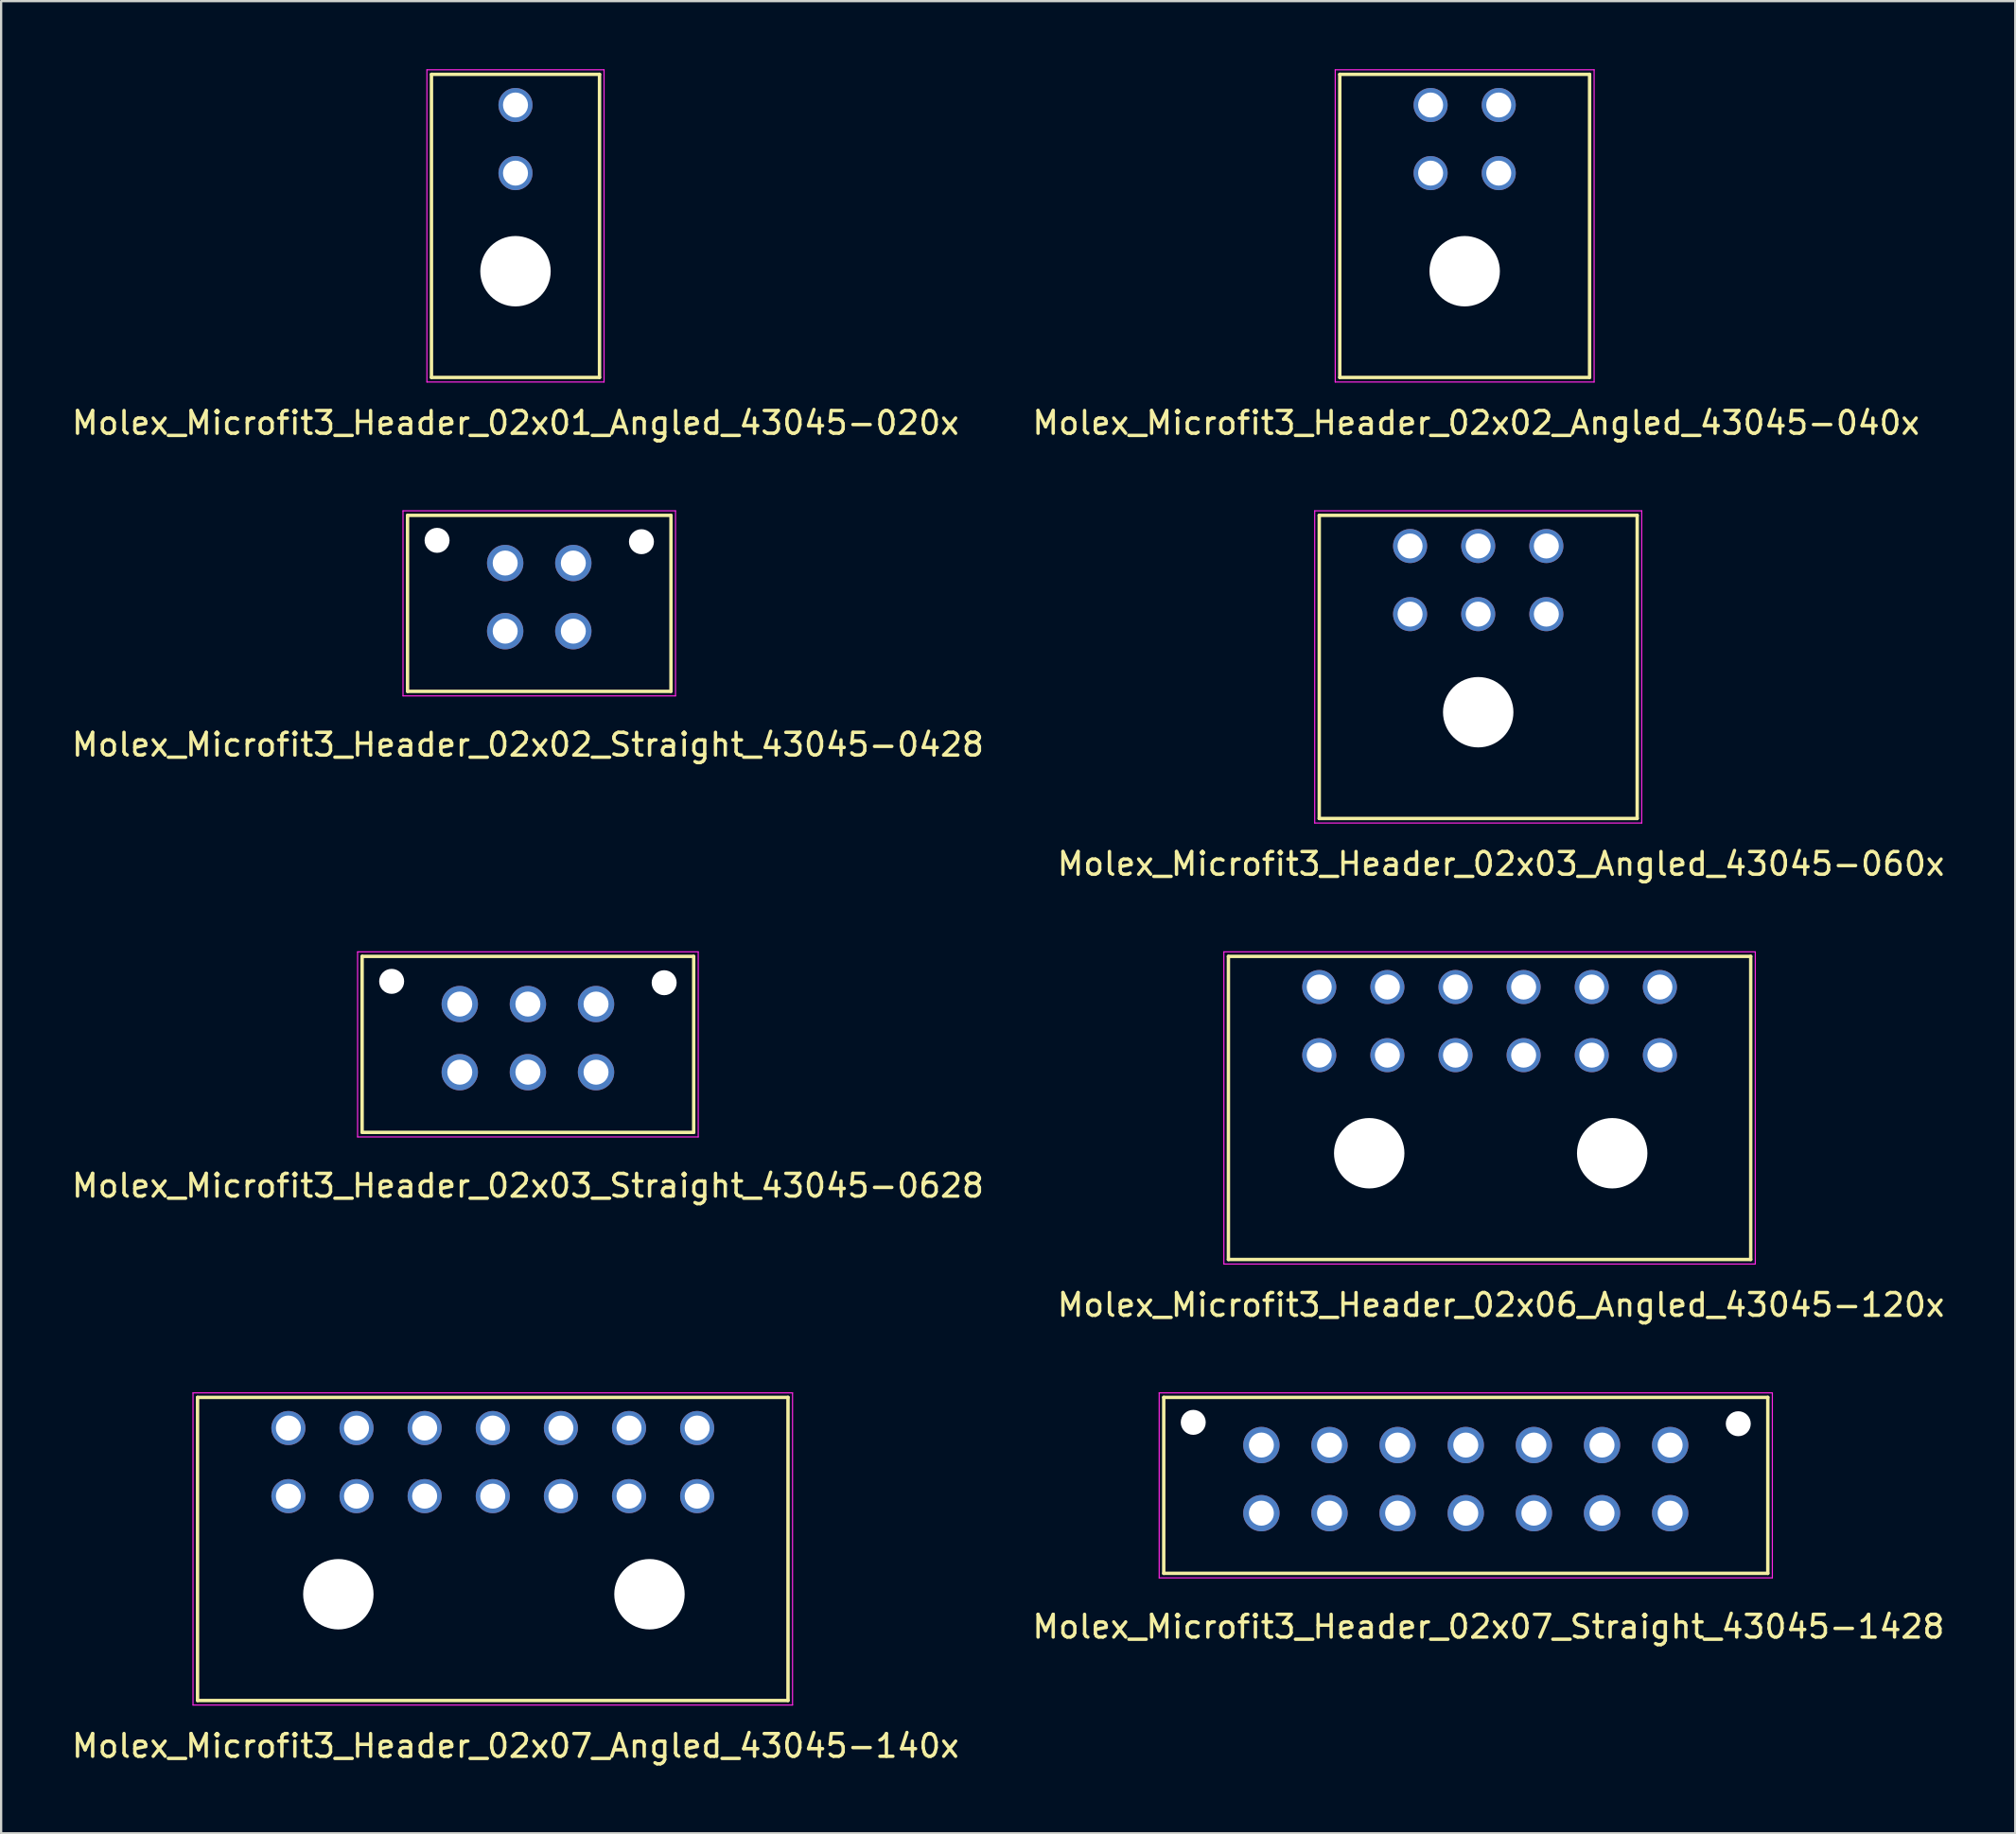
<source format=kicad_pcb>
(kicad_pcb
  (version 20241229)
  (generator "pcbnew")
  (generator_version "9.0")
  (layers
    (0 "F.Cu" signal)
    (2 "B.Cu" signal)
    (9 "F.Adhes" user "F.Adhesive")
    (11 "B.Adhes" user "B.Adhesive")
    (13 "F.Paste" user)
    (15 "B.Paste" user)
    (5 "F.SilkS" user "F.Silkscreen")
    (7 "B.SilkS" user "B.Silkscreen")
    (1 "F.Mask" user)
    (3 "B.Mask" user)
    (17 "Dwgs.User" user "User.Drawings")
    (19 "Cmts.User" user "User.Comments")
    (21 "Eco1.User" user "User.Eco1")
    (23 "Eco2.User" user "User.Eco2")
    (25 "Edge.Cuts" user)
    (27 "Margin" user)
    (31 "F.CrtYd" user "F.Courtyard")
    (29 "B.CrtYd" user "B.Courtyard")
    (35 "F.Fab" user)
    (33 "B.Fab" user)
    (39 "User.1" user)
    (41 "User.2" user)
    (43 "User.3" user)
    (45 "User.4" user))
  (footprint "Molex_Microfit3_Header_02x03_Angled_43045-060x"
    (layer "F.Cu")
    (at 65.042 23.998)
    (property "Reference" "Molex_Microfit3_Header_02x03_Angled_43045-060x" (at -2 11 0) (layer "F.SilkS") (effects (font (size 1 1) (thickness 0.15))))
    (attr through_hole)
    (fp_line (start -10 -4.35) (end 4 -4.35) (stroke (width 0.15) (type solid)) (layer "F.SilkS"))
    (fp_line (start -10 9) (end -10 -4.35) (stroke (width 0.15) (type solid)) (layer "F.SilkS"))
    (fp_line (start 4 -4.35) (end 4 9) (stroke (width 0.15) (type solid)) (layer "F.SilkS"))
    (fp_line (start 4 9) (end -10 9) (stroke (width 0.15) (type solid)) (layer "F.SilkS"))
    (fp_line (start -10.2 -4.55) (end -10.2 9.2) (stroke (width 0.05) (type solid)) (layer "F.CrtYd"))
    (fp_line (start -10.2 9.2) (end 4.2 9.2) (stroke (width 0.05) (type solid)) (layer "F.CrtYd"))
    (fp_line (start 4.2 -4.55) (end -10.2 -4.55) (stroke (width 0.05) (type solid)) (layer "F.CrtYd"))
    (fp_line (start 4.2 9.2) (end 4.2 -4.55) (stroke (width 0.05) (type solid)) (layer "F.CrtYd"))
    (pad "" np_thru_hole circle (at -3 4.32) (size 3.1 3.1) (drill 3.1) (layers "*.Cu" "*.Mask"))
    (pad "1" thru_hole circle (at 0 0) (size 1.5 1.5) (drill 1.1) (layers "*.Cu" "*.Mask"))
    (pad "2" thru_hole circle (at -3 0) (size 1.5 1.5) (drill 1.1) (layers "*.Cu" "*.Mask"))
    (pad "3" thru_hole circle (at -6 0) (size 1.5 1.5) (drill 1.1) (layers "*.Cu" "*.Mask"))
    (pad "4" thru_hole circle (at 0 -3) (size 1.5 1.5) (drill 1.1) (layers "*.Cu" "*.Mask"))
    (pad "5" thru_hole circle (at -3 -3) (size 1.5 1.5) (drill 1.1) (layers "*.Cu" "*.Mask"))
    (pad "6" thru_hole circle (at -6 -3) (size 1.5 1.5) (drill 1.1) (layers "*.Cu" "*.Mask")))
  (footprint "Molex_Microfit3_Header_02x02_Straight_43045-0428"
    (layer "F.Cu")
    (at 22.196 24.748)
    (property "Reference" "Molex_Microfit3_Header_02x02_Straight_43045-0428" (at -2 5 0) (layer "F.SilkS") (effects (font (size 1 1) (thickness 0.15))))
    (attr through_hole)
    (fp_line (start -7.3 2.65) (end -7.3 -5.1) (stroke (width 0.15) (type solid)) (layer "F.SilkS"))
    (fp_line (start 4.3 -5.1) (end -7.3 -5.1) (stroke (width 0.15) (type solid)) (layer "F.SilkS"))
    (fp_line (start 4.3 2.65) (end -7.3 2.65) (stroke (width 0.15) (type solid)) (layer "F.SilkS"))
    (fp_line (start 4.3 2.65) (end 4.3 -5.1) (stroke (width 0.15) (type solid)) (layer "F.SilkS"))
    (fp_line (start -7.5 2.85) (end -7.5 -5.3) (stroke (width 0.05) (type solid)) (layer "F.CrtYd"))
    (fp_line (start 4.5 -5.3) (end -7.5 -5.3) (stroke (width 0.05) (type solid)) (layer "F.CrtYd"))
    (fp_line (start 4.5 2.85) (end -7.5 2.85) (stroke (width 0.05) (type solid)) (layer "F.CrtYd"))
    (fp_line (start 4.5 2.85) (end 4.5 -5.3) (stroke (width 0.05) (type solid)) (layer "F.CrtYd"))
    (pad "" np_thru_hole circle (at -6 -4) (size 1.1 1.1) (drill 1.1) (layers "*.Cu" "*.Mask"))
    (pad "" np_thru_hole circle (at 3 -3.94) (size 1.1 1.1) (drill 1.1) (layers "*.Cu" "*.Mask"))
    (pad "1" thru_hole circle (at 0 0) (size 1.6 1.6) (drill 1.1) (layers "*.Cu" "*.Mask"))
    (pad "2" thru_hole circle (at -3 0) (size 1.6 1.6) (drill 1.1) (layers "*.Cu" "*.Mask"))
    (pad "3" thru_hole circle (at 0 -3) (size 1.6 1.6) (drill 1.1) (layers "*.Cu" "*.Mask"))
    (pad "4" thru_hole circle (at -3 -3) (size 1.6 1.6) (drill 1.1) (layers "*.Cu" "*.Mask")))
  (footprint "Molex_Microfit3_Header_02x06_Angled_43045-120x"
    (layer "F.Cu")
    (at 70.042 43.422)
    (property "Reference" "Molex_Microfit3_Header_02x06_Angled_43045-120x" (at -7 11 0) (layer "F.SilkS") (effects (font (size 1 1) (thickness 0.15))))
    (attr through_hole)
    (fp_line (start -19 -4.35) (end 4 -4.35) (stroke (width 0.15) (type solid)) (layer "F.SilkS"))
    (fp_line (start -19 9) (end -19 -4.35) (stroke (width 0.15) (type solid)) (layer "F.SilkS"))
    (fp_line (start 4 -4.35) (end 4 9) (stroke (width 0.15) (type solid)) (layer "F.SilkS"))
    (fp_line (start 4 9) (end -19 9) (stroke (width 0.15) (type solid)) (layer "F.SilkS"))
    (fp_line (start -19.2 -4.55) (end -19.2 9.2) (stroke (width 0.05) (type solid)) (layer "F.CrtYd"))
    (fp_line (start -19.2 9.2) (end 4.2 9.2) (stroke (width 0.05) (type solid)) (layer "F.CrtYd"))
    (fp_line (start 4.2 -4.55) (end -19.2 -4.55) (stroke (width 0.05) (type solid)) (layer "F.CrtYd"))
    (fp_line (start 4.2 9.2) (end 4.2 -4.55) (stroke (width 0.05) (type solid)) (layer "F.CrtYd"))
    (pad "" np_thru_hole circle (at -12.8 4.32) (size 3.1 3.1) (drill 3.1) (layers "*.Cu" "*.Mask"))
    (pad "" np_thru_hole circle (at -2.1 4.32) (size 3.1 3.1) (drill 3.1) (layers "*.Cu" "*.Mask"))
    (pad "1" thru_hole circle (at 0 0) (size 1.5 1.5) (drill 1.1) (layers "*.Cu" "*.Mask"))
    (pad "2" thru_hole circle (at -3 0) (size 1.5 1.5) (drill 1.1) (layers "*.Cu" "*.Mask"))
    (pad "3" thru_hole circle (at -6 0) (size 1.5 1.5) (drill 1.1) (layers "*.Cu" "*.Mask"))
    (pad "4" thru_hole circle (at -9 0) (size 1.5 1.5) (drill 1.1) (layers "*.Cu" "*.Mask"))
    (pad "5" thru_hole circle (at -12 0) (size 1.5 1.5) (drill 1.1) (layers "*.Cu" "*.Mask"))
    (pad "6" thru_hole circle (at -15 0) (size 1.5 1.5) (drill 1.1) (layers "*.Cu" "*.Mask"))
    (pad "7" thru_hole circle (at 0 -3) (size 1.5 1.5) (drill 1.1) (layers "*.Cu" "*.Mask"))
    (pad "8" thru_hole circle (at -3 -3) (size 1.5 1.5) (drill 1.1) (layers "*.Cu" "*.Mask"))
    (pad "9" thru_hole circle (at -6 -3) (size 1.5 1.5) (drill 1.1) (layers "*.Cu" "*.Mask"))
    (pad "10" thru_hole circle (at -9 -3) (size 1.5 1.5) (drill 1.1) (layers "*.Cu" "*.Mask"))
    (pad "11" thru_hole circle (at -12 -3) (size 1.5 1.5) (drill 1.1) (layers "*.Cu" "*.Mask"))
    (pad "12" thru_hole circle (at -15 -3) (size 1.5 1.5) (drill 1.1) (layers "*.Cu" "*.Mask")))
  (footprint "Molex_Microfit3_Header_02x02_Angled_43045-040x"
    (layer "F.Cu")
    (at 62.946 4.575)
    (property "Reference" "Molex_Microfit3_Header_02x02_Angled_43045-040x" (at -1 11 0) (layer "F.SilkS") (effects (font (size 1 1) (thickness 0.15))))
    (attr through_hole)
    (fp_line (start -7 -4.35) (end 4 -4.35) (stroke (width 0.15) (type solid)) (layer "F.SilkS"))
    (fp_line (start -7 9) (end -7 -4.35) (stroke (width 0.15) (type solid)) (layer "F.SilkS"))
    (fp_line (start 4 -4.35) (end 4 9) (stroke (width 0.15) (type solid)) (layer "F.SilkS"))
    (fp_line (start 4 9) (end -7 9) (stroke (width 0.15) (type solid)) (layer "F.SilkS"))
    (fp_line (start -7.2 -4.55) (end -7.2 9.2) (stroke (width 0.05) (type solid)) (layer "F.CrtYd"))
    (fp_line (start -7.2 9.2) (end 4.2 9.2) (stroke (width 0.05) (type solid)) (layer "F.CrtYd"))
    (fp_line (start 4.2 -4.55) (end -7.2 -4.55) (stroke (width 0.05) (type solid)) (layer "F.CrtYd"))
    (fp_line (start 4.2 9.2) (end 4.2 -4.55) (stroke (width 0.05) (type solid)) (layer "F.CrtYd"))
    (pad "" np_thru_hole circle (at -1.5 4.32) (size 3.1 3.1) (drill 3.1) (layers "*.Cu" "*.Mask"))
    (pad "1" thru_hole circle (at 0 0) (size 1.5 1.5) (drill 1.1) (layers "*.Cu" "*.Mask"))
    (pad "2" thru_hole circle (at -3 0) (size 1.5 1.5) (drill 1.1) (layers "*.Cu" "*.Mask"))
    (pad "3" thru_hole circle (at 0 -3) (size 1.5 1.5) (drill 1.1) (layers "*.Cu" "*.Mask"))
    (pad "4" thru_hole circle (at -3 -3) (size 1.5 1.5) (drill 1.1) (layers "*.Cu" "*.Mask")))
  (footprint "Molex_Microfit3_Header_02x01_Angled_43045-020x"
    (layer "F.Cu")
    (at 19.649 4.575)
    (property "Reference" "Molex_Microfit3_Header_02x01_Angled_43045-020x" (at 0 11 0) (layer "F.SilkS") (effects (font (size 1 1) (thickness 0.15))))
    (attr through_hole)
    (fp_line (start -3.7 -4.35) (end 3.7 -4.35) (stroke (width 0.15) (type solid)) (layer "F.SilkS"))
    (fp_line (start -3.7 9) (end -3.7 -4.35) (stroke (width 0.15) (type solid)) (layer "F.SilkS"))
    (fp_line (start 3.7 -4.35) (end 3.7 9) (stroke (width 0.15) (type solid)) (layer "F.SilkS"))
    (fp_line (start 3.7 9) (end -3.7 9) (stroke (width 0.15) (type solid)) (layer "F.SilkS"))
    (fp_line (start -3.9 -4.55) (end -3.9 9.2) (stroke (width 0.05) (type solid)) (layer "F.CrtYd"))
    (fp_line (start -3.9 9.2) (end 3.9 9.2) (stroke (width 0.05) (type solid)) (layer "F.CrtYd"))
    (fp_line (start 3.9 -4.55) (end -3.9 -4.55) (stroke (width 0.05) (type solid)) (layer "F.CrtYd"))
    (fp_line (start 3.9 9.2) (end 3.9 -4.55) (stroke (width 0.05) (type solid)) (layer "F.CrtYd"))
    (pad "" np_thru_hole circle (at 0 4.32) (size 3.1 3.1) (drill 3.1) (layers "*.Cu" "*.Mask"))
    (pad "1" thru_hole circle (at 0 0) (size 1.5 1.5) (drill 1.1) (layers "*.Cu" "*.Mask"))
    (pad "2" thru_hole circle (at 0 -3) (size 1.5 1.5) (drill 1.1) (layers "*.Cu" "*.Mask")))
  (footprint "Molex_Microfit3_Header_02x03_Straight_43045-0628"
    (layer "F.Cu")
    (at 23.196 44.172)
    (property "Reference" "Molex_Microfit3_Header_02x03_Straight_43045-0628" (at -3 5 0) (layer "F.SilkS") (effects (font (size 1 1) (thickness 0.15))))
    (attr through_hole)
    (fp_line (start -10.3 2.65) (end -10.3 -5.1) (stroke (width 0.15) (type solid)) (layer "F.SilkS"))
    (fp_line (start 4.3 -5.1) (end -10.3 -5.1) (stroke (width 0.15) (type solid)) (layer "F.SilkS"))
    (fp_line (start 4.3 2.65) (end -10.3 2.65) (stroke (width 0.15) (type solid)) (layer "F.SilkS"))
    (fp_line (start 4.3 2.65) (end 4.3 -5.1) (stroke (width 0.15) (type solid)) (layer "F.SilkS"))
    (fp_line (start -10.5 2.85) (end -10.5 -5.3) (stroke (width 0.05) (type solid)) (layer "F.CrtYd"))
    (fp_line (start 4.5 -5.3) (end -10.5 -5.3) (stroke (width 0.05) (type solid)) (layer "F.CrtYd"))
    (fp_line (start 4.5 2.85) (end -10.5 2.85) (stroke (width 0.05) (type solid)) (layer "F.CrtYd"))
    (fp_line (start 4.5 2.85) (end 4.5 -5.3) (stroke (width 0.05) (type solid)) (layer "F.CrtYd"))
    (pad "" np_thru_hole circle (at -9 -4) (size 1.1 1.1) (drill 1.1) (layers "*.Cu" "*.Mask"))
    (pad "" np_thru_hole circle (at 3 -3.94) (size 1.1 1.1) (drill 1.1) (layers "*.Cu" "*.Mask"))
    (pad "1" thru_hole circle (at 0 0) (size 1.6 1.6) (drill 1.1) (layers "*.Cu" "*.Mask"))
    (pad "2" thru_hole circle (at -3 0) (size 1.6 1.6) (drill 1.1) (layers "*.Cu" "*.Mask"))
    (pad "3" thru_hole circle (at -6 0) (size 1.6 1.6) (drill 1.1) (layers "*.Cu" "*.Mask"))
    (pad "4" thru_hole circle (at 0 -3) (size 1.6 1.6) (drill 1.1) (layers "*.Cu" "*.Mask"))
    (pad "5" thru_hole circle (at -3 -3) (size 1.6 1.6) (drill 1.1) (layers "*.Cu" "*.Mask"))
    (pad "6" thru_hole circle (at -6 -3) (size 1.6 1.6) (drill 1.1) (layers "*.Cu" "*.Mask")))
  (footprint "Molex_Microfit3_Header_02x07_Straight_43045-1428"
    (layer "F.Cu")
    (at 70.494 63.595)
    (property "Reference" "Molex_Microfit3_Header_02x07_Straight_43045-1428" (at -8 5 0) (layer "F.SilkS") (effects (font (size 1 1) (thickness 0.15))))
    (attr through_hole)
    (fp_line (start -22.3 2.65) (end -22.3 -5.1) (stroke (width 0.15) (type solid)) (layer "F.SilkS"))
    (fp_line (start 4.3 -5.1) (end -22.3 -5.1) (stroke (width 0.15) (type solid)) (layer "F.SilkS"))
    (fp_line (start 4.3 2.65) (end -22.3 2.65) (stroke (width 0.15) (type solid)) (layer "F.SilkS"))
    (fp_line (start 4.3 2.65) (end 4.3 -5.1) (stroke (width 0.15) (type solid)) (layer "F.SilkS"))
    (fp_line (start -22.5 2.85) (end -22.5 -5.3) (stroke (width 0.05) (type solid)) (layer "F.CrtYd"))
    (fp_line (start 4.5 -5.3) (end -22.5 -5.3) (stroke (width 0.05) (type solid)) (layer "F.CrtYd"))
    (fp_line (start 4.5 2.85) (end -22.5 2.85) (stroke (width 0.05) (type solid)) (layer "F.CrtYd"))
    (fp_line (start 4.5 2.85) (end 4.5 -5.3) (stroke (width 0.05) (type solid)) (layer "F.CrtYd"))
    (pad "" np_thru_hole circle (at -21 -4) (size 1.1 1.1) (drill 1.1) (layers "*.Cu" "*.Mask"))
    (pad "" np_thru_hole circle (at 3 -3.94) (size 1.1 1.1) (drill 1.1) (layers "*.Cu" "*.Mask"))
    (pad "1" thru_hole circle (at 0 0) (size 1.6 1.6) (drill 1.1) (layers "*.Cu" "*.Mask"))
    (pad "2" thru_hole circle (at -3 0) (size 1.6 1.6) (drill 1.1) (layers "*.Cu" "*.Mask"))
    (pad "3" thru_hole circle (at -6 0) (size 1.6 1.6) (drill 1.1) (layers "*.Cu" "*.Mask"))
    (pad "4" thru_hole circle (at -9 0) (size 1.6 1.6) (drill 1.1) (layers "*.Cu" "*.Mask"))
    (pad "5" thru_hole circle (at -12 0) (size 1.6 1.6) (drill 1.1) (layers "*.Cu" "*.Mask"))
    (pad "6" thru_hole circle (at -15 0) (size 1.6 1.6) (drill 1.1) (layers "*.Cu" "*.Mask"))
    (pad "7" thru_hole circle (at -18 0) (size 1.6 1.6) (drill 1.1) (layers "*.Cu" "*.Mask"))
    (pad "8" thru_hole circle (at 0 -3) (size 1.6 1.6) (drill 1.1) (layers "*.Cu" "*.Mask"))
    (pad "9" thru_hole circle (at -3 -3) (size 1.6 1.6) (drill 1.1) (layers "*.Cu" "*.Mask"))
    (pad "10" thru_hole circle (at -6 -3) (size 1.6 1.6) (drill 1.1) (layers "*.Cu" "*.Mask"))
    (pad "11" thru_hole circle (at -9 -3) (size 1.6 1.6) (drill 1.1) (layers "*.Cu" "*.Mask"))
    (pad "12" thru_hole circle (at -12 -3) (size 1.6 1.6) (drill 1.1) (layers "*.Cu" "*.Mask"))
    (pad "13" thru_hole circle (at -15 -3) (size 1.6 1.6) (drill 1.1) (layers "*.Cu" "*.Mask"))
    (pad "14" thru_hole circle (at -18 -3) (size 1.6 1.6) (drill 1.1) (layers "*.Cu" "*.Mask")))
  (footprint "Molex_Microfit3_Header_02x07_Angled_43045-140x"
    (layer "F.Cu")
    (at 27.649 62.845)
    (property "Reference" "Molex_Microfit3_Header_02x07_Angled_43045-140x" (at -8 11 0) (layer "F.SilkS") (effects (font (size 1 1) (thickness 0.15))))
    (attr through_hole)
    (fp_line (start -22 -4.35) (end 4 -4.35) (stroke (width 0.15) (type solid)) (layer "F.SilkS"))
    (fp_line (start -22 9) (end -22 -4.35) (stroke (width 0.15) (type solid)) (layer "F.SilkS"))
    (fp_line (start 4 -4.35) (end 4 9) (stroke (width 0.15) (type solid)) (layer "F.SilkS"))
    (fp_line (start 4 9) (end -22 9) (stroke (width 0.15) (type solid)) (layer "F.SilkS"))
    (fp_line (start -22.2 -4.55) (end -22.2 9.2) (stroke (width 0.05) (type solid)) (layer "F.CrtYd"))
    (fp_line (start -22.2 9.2) (end 4.2 9.2) (stroke (width 0.05) (type solid)) (layer "F.CrtYd"))
    (fp_line (start 4.2 -4.55) (end -22.2 -4.55) (stroke (width 0.05) (type solid)) (layer "F.CrtYd"))
    (fp_line (start 4.2 9.2) (end 4.2 -4.55) (stroke (width 0.05) (type solid)) (layer "F.CrtYd"))
    (pad "" np_thru_hole circle (at -15.8 4.32) (size 3.1 3.1) (drill 3.1) (layers "*.Cu" "*.Mask"))
    (pad "" np_thru_hole circle (at -2.1 4.32) (size 3.1 3.1) (drill 3.1) (layers "*.Cu" "*.Mask"))
    (pad "1" thru_hole circle (at 0 0) (size 1.5 1.5) (drill 1.1) (layers "*.Cu" "*.Mask"))
    (pad "2" thru_hole circle (at -3 0) (size 1.5 1.5) (drill 1.1) (layers "*.Cu" "*.Mask"))
    (pad "3" thru_hole circle (at -6 0) (size 1.5 1.5) (drill 1.1) (layers "*.Cu" "*.Mask"))
    (pad "4" thru_hole circle (at -9 0) (size 1.5 1.5) (drill 1.1) (layers "*.Cu" "*.Mask"))
    (pad "5" thru_hole circle (at -12 0) (size 1.5 1.5) (drill 1.1) (layers "*.Cu" "*.Mask"))
    (pad "6" thru_hole circle (at -15 0) (size 1.5 1.5) (drill 1.1) (layers "*.Cu" "*.Mask"))
    (pad "7" thru_hole circle (at -18 0) (size 1.5 1.5) (drill 1.1) (layers "*.Cu" "*.Mask"))
    (pad "8" thru_hole circle (at 0 -3) (size 1.5 1.5) (drill 1.1) (layers "*.Cu" "*.Mask"))
    (pad "9" thru_hole circle (at -3 -3) (size 1.5 1.5) (drill 1.1) (layers "*.Cu" "*.Mask"))
    (pad "10" thru_hole circle (at -6 -3) (size 1.5 1.5) (drill 1.1) (layers "*.Cu" "*.Mask"))
    (pad "11" thru_hole circle (at -9 -3) (size 1.5 1.5) (drill 1.1) (layers "*.Cu" "*.Mask"))
    (pad "12" thru_hole circle (at -12 -3) (size 1.5 1.5) (drill 1.1) (layers "*.Cu" "*.Mask"))
    (pad "13" thru_hole circle (at -15 -3) (size 1.5 1.5) (drill 1.1) (layers "*.Cu" "*.Mask"))
    (pad "14" thru_hole circle (at -18 -3) (size 1.5 1.5) (drill 1.1) (layers "*.Cu" "*.Mask")))
  (gr_rect
    (start -3 -3)
    (end 85.69 77.693)
    (stroke (width 0.1) (type default))
    (fill no)
    (layer "Edge.Cuts")))
</source>
